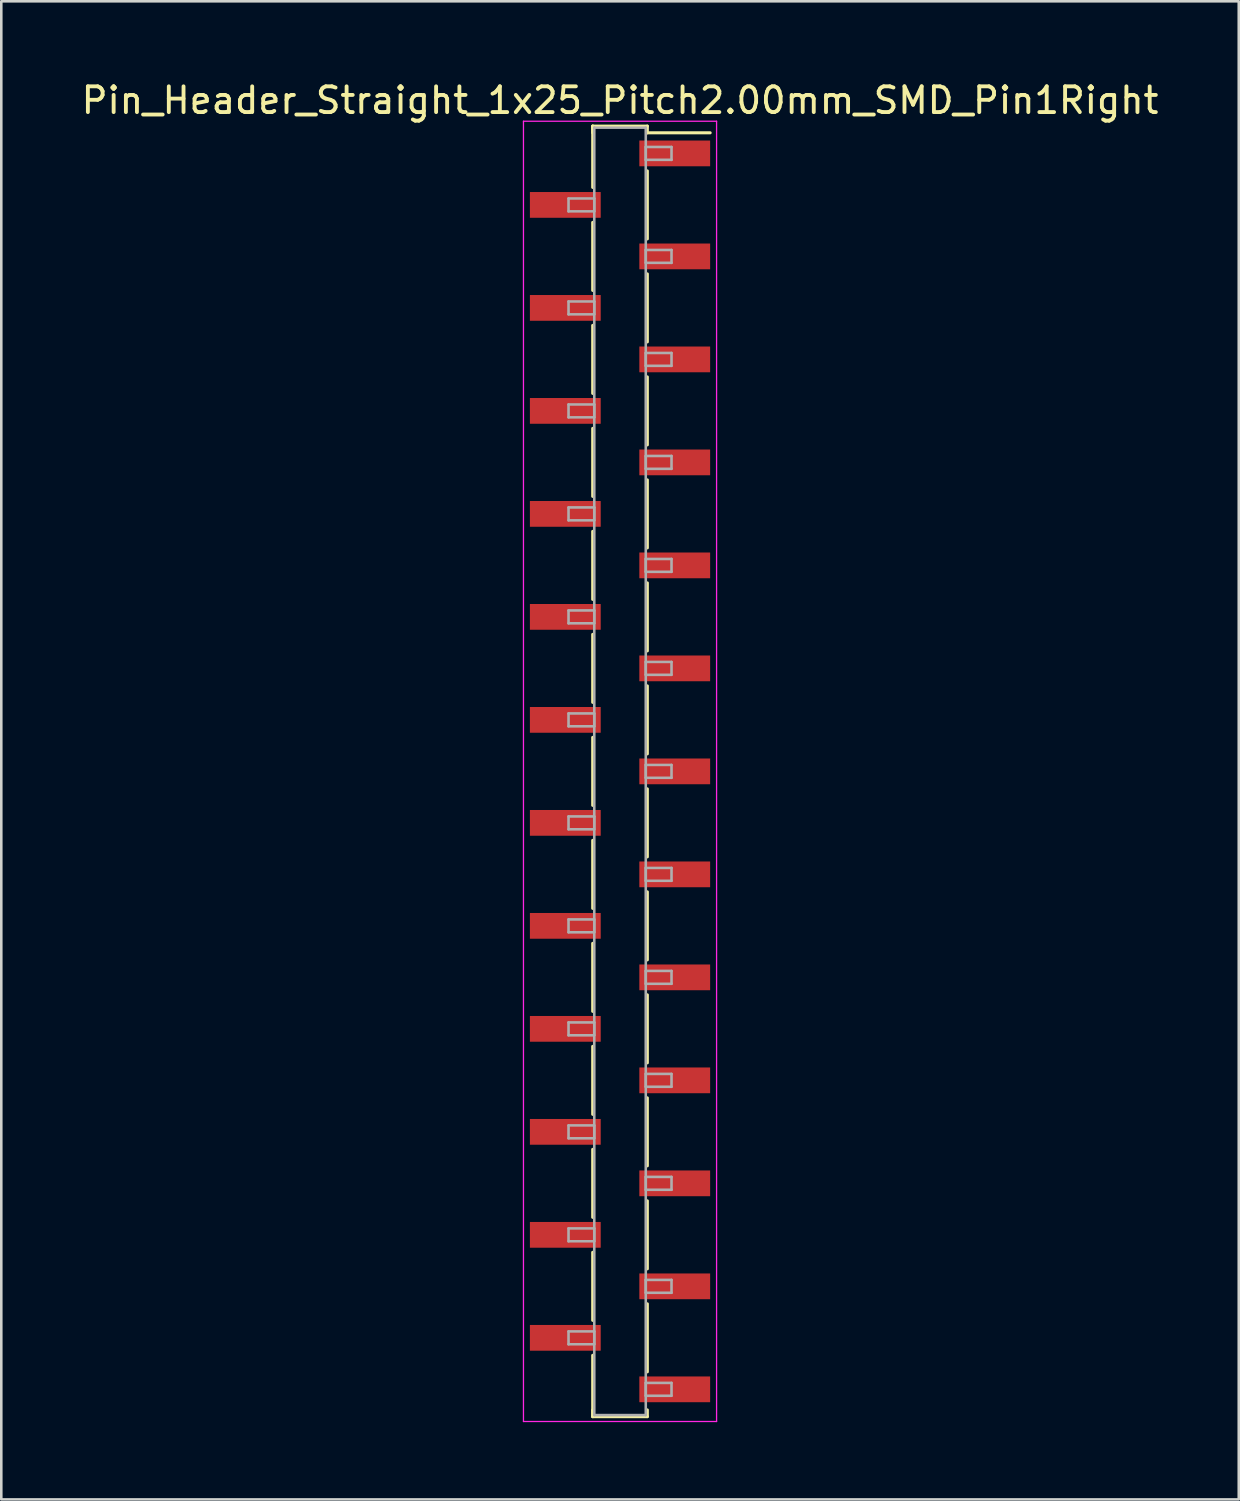
<source format=kicad_pcb>
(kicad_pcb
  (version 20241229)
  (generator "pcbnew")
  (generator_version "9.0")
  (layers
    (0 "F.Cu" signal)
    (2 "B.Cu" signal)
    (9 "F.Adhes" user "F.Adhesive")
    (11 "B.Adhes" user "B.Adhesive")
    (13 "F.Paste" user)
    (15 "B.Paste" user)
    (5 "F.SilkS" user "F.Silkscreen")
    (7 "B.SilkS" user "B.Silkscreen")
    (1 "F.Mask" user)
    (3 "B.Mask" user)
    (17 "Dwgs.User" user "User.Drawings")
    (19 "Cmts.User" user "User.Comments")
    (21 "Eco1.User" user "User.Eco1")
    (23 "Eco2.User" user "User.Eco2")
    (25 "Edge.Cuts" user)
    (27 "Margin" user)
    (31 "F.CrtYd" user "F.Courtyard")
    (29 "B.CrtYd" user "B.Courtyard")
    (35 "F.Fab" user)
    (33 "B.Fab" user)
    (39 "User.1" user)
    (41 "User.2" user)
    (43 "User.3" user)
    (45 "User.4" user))
  (footprint "Pin_Header_Straight_1x25_Pitch2.00mm_SMD_Pin1Right"
    (layer "F.Cu")
    (at 21.03 26.908)
    (property "Reference" "Pin_Header_Straight_1x25_Pitch2.00mm_SMD_Pin1Right" (at 0 -26.06 0) (layer "F.SilkS") (effects (font (size 1 1) (thickness 0.15))))
    (attr smd)
    (fp_line (start -1.06 -25.06) (end -1.06 -22.68) (stroke (width 0.12) (type solid)) (layer "F.SilkS"))
    (fp_line (start -1.06 -25.06) (end 1.06 -25.06) (stroke (width 0.12) (type solid)) (layer "F.SilkS"))
    (fp_line (start -1.06 -24.8) (end -1.06 -25.06) (stroke (width 0.12) (type solid)) (layer "F.SilkS"))
    (fp_line (start -1.06 -21.32) (end -1.06 -18.68) (stroke (width 0.12) (type solid)) (layer "F.SilkS"))
    (fp_line (start -1.06 -17.32) (end -1.06 -14.68) (stroke (width 0.12) (type solid)) (layer "F.SilkS"))
    (fp_line (start -1.06 -13.32) (end -1.06 -10.68) (stroke (width 0.12) (type solid)) (layer "F.SilkS"))
    (fp_line (start -1.06 -9.32) (end -1.06 -6.68) (stroke (width 0.12) (type solid)) (layer "F.SilkS"))
    (fp_line (start -1.06 -5.32) (end -1.06 -2.68) (stroke (width 0.12) (type solid)) (layer "F.SilkS"))
    (fp_line (start -1.06 -1.32) (end -1.06 1.32) (stroke (width 0.12) (type solid)) (layer "F.SilkS"))
    (fp_line (start -1.06 2.68) (end -1.06 5.32) (stroke (width 0.12) (type solid)) (layer "F.SilkS"))
    (fp_line (start -1.06 6.68) (end -1.06 9.32) (stroke (width 0.12) (type solid)) (layer "F.SilkS"))
    (fp_line (start -1.06 10.68) (end -1.06 13.32) (stroke (width 0.12) (type solid)) (layer "F.SilkS"))
    (fp_line (start -1.06 14.68) (end -1.06 17.32) (stroke (width 0.12) (type solid)) (layer "F.SilkS"))
    (fp_line (start -1.06 18.68) (end -1.06 21.32) (stroke (width 0.12) (type solid)) (layer "F.SilkS"))
    (fp_line (start -1.06 22.68) (end -1.06 25.06) (stroke (width 0.12) (type solid)) (layer "F.SilkS"))
    (fp_line (start -1.06 24.8) (end -1.06 25.06) (stroke (width 0.12) (type solid)) (layer "F.SilkS"))
    (fp_line (start -1.06 25.06) (end 1.06 25.06) (stroke (width 0.12) (type solid)) (layer "F.SilkS"))
    (fp_line (start 1.06 -25.06) (end 1.06 -24.8) (stroke (width 0.12) (type solid)) (layer "F.SilkS"))
    (fp_line (start 1.06 -24.8) (end 3.5 -24.8) (stroke (width 0.12) (type solid)) (layer "F.SilkS"))
    (fp_line (start 1.06 -23.32) (end 1.06 -20.68) (stroke (width 0.12) (type solid)) (layer "F.SilkS"))
    (fp_line (start 1.06 -19.32) (end 1.06 -16.68) (stroke (width 0.12) (type solid)) (layer "F.SilkS"))
    (fp_line (start 1.06 -15.32) (end 1.06 -12.68) (stroke (width 0.12) (type solid)) (layer "F.SilkS"))
    (fp_line (start 1.06 -11.32) (end 1.06 -8.68) (stroke (width 0.12) (type solid)) (layer "F.SilkS"))
    (fp_line (start 1.06 -7.32) (end 1.06 -4.68) (stroke (width 0.12) (type solid)) (layer "F.SilkS"))
    (fp_line (start 1.06 -3.32) (end 1.06 -0.68) (stroke (width 0.12) (type solid)) (layer "F.SilkS"))
    (fp_line (start 1.06 0.68) (end 1.06 3.32) (stroke (width 0.12) (type solid)) (layer "F.SilkS"))
    (fp_line (start 1.06 4.68) (end 1.06 7.32) (stroke (width 0.12) (type solid)) (layer "F.SilkS"))
    (fp_line (start 1.06 8.68) (end 1.06 11.32) (stroke (width 0.12) (type solid)) (layer "F.SilkS"))
    (fp_line (start 1.06 12.68) (end 1.06 15.32) (stroke (width 0.12) (type solid)) (layer "F.SilkS"))
    (fp_line (start 1.06 16.68) (end 1.06 19.32) (stroke (width 0.12) (type solid)) (layer "F.SilkS"))
    (fp_line (start 1.06 20.68) (end 1.06 23.32) (stroke (width 0.12) (type solid)) (layer "F.SilkS"))
    (fp_line (start 1.06 25.06) (end 1.06 24.8) (stroke (width 0.12) (type solid)) (layer "F.SilkS"))
    (fp_line (start -3.75 -25.25) (end -3.75 25.25) (stroke (width 0.05) (type solid)) (layer "F.CrtYd"))
    (fp_line (start -3.75 25.25) (end 3.75 25.25) (stroke (width 0.05) (type solid)) (layer "F.CrtYd"))
    (fp_line (start 3.75 -25.25) (end -3.75 -25.25) (stroke (width 0.05) (type solid)) (layer "F.CrtYd"))
    (fp_line (start 3.75 25.25) (end 3.75 -25.25) (stroke (width 0.05) (type solid)) (layer "F.CrtYd"))
    (fp_line (start -2 -22.25) (end -1 -22.25) (stroke (width 0.1) (type solid)) (layer "F.Fab"))
    (fp_line (start -2 -21.75) (end -2 -22.25) (stroke (width 0.1) (type solid)) (layer "F.Fab"))
    (fp_line (start -2 -18.25) (end -1 -18.25) (stroke (width 0.1) (type solid)) (layer "F.Fab"))
    (fp_line (start -2 -17.75) (end -2 -18.25) (stroke (width 0.1) (type solid)) (layer "F.Fab"))
    (fp_line (start -2 -14.25) (end -1 -14.25) (stroke (width 0.1) (type solid)) (layer "F.Fab"))
    (fp_line (start -2 -13.75) (end -2 -14.25) (stroke (width 0.1) (type solid)) (layer "F.Fab"))
    (fp_line (start -2 -10.25) (end -1 -10.25) (stroke (width 0.1) (type solid)) (layer "F.Fab"))
    (fp_line (start -2 -9.75) (end -2 -10.25) (stroke (width 0.1) (type solid)) (layer "F.Fab"))
    (fp_line (start -2 -6.25) (end -1 -6.25) (stroke (width 0.1) (type solid)) (layer "F.Fab"))
    (fp_line (start -2 -5.75) (end -2 -6.25) (stroke (width 0.1) (type solid)) (layer "F.Fab"))
    (fp_line (start -2 -2.25) (end -1 -2.25) (stroke (width 0.1) (type solid)) (layer "F.Fab"))
    (fp_line (start -2 -1.75) (end -2 -2.25) (stroke (width 0.1) (type solid)) (layer "F.Fab"))
    (fp_line (start -2 1.75) (end -1 1.75) (stroke (width 0.1) (type solid)) (layer "F.Fab"))
    (fp_line (start -2 2.25) (end -2 1.75) (stroke (width 0.1) (type solid)) (layer "F.Fab"))
    (fp_line (start -2 5.75) (end -1 5.75) (stroke (width 0.1) (type solid)) (layer "F.Fab"))
    (fp_line (start -2 6.25) (end -2 5.75) (stroke (width 0.1) (type solid)) (layer "F.Fab"))
    (fp_line (start -2 9.75) (end -1 9.75) (stroke (width 0.1) (type solid)) (layer "F.Fab"))
    (fp_line (start -2 10.25) (end -2 9.75) (stroke (width 0.1) (type solid)) (layer "F.Fab"))
    (fp_line (start -2 13.75) (end -1 13.75) (stroke (width 0.1) (type solid)) (layer "F.Fab"))
    (fp_line (start -2 14.25) (end -2 13.75) (stroke (width 0.1) (type solid)) (layer "F.Fab"))
    (fp_line (start -2 17.75) (end -1 17.75) (stroke (width 0.1) (type solid)) (layer "F.Fab"))
    (fp_line (start -2 18.25) (end -2 17.75) (stroke (width 0.1) (type solid)) (layer "F.Fab"))
    (fp_line (start -2 21.75) (end -1 21.75) (stroke (width 0.1) (type solid)) (layer "F.Fab"))
    (fp_line (start -2 22.25) (end -2 21.75) (stroke (width 0.1) (type solid)) (layer "F.Fab"))
    (fp_line (start -1 -25) (end -1 25) (stroke (width 0.1) (type solid)) (layer "F.Fab"))
    (fp_line (start -1 -22.25) (end -1 -21.75) (stroke (width 0.1) (type solid)) (layer "F.Fab"))
    (fp_line (start -1 -21.75) (end -2 -21.75) (stroke (width 0.1) (type solid)) (layer "F.Fab"))
    (fp_line (start -1 -18.25) (end -1 -17.75) (stroke (width 0.1) (type solid)) (layer "F.Fab"))
    (fp_line (start -1 -17.75) (end -2 -17.75) (stroke (width 0.1) (type solid)) (layer "F.Fab"))
    (fp_line (start -1 -14.25) (end -1 -13.75) (stroke (width 0.1) (type solid)) (layer "F.Fab"))
    (fp_line (start -1 -13.75) (end -2 -13.75) (stroke (width 0.1) (type solid)) (layer "F.Fab"))
    (fp_line (start -1 -10.25) (end -1 -9.75) (stroke (width 0.1) (type solid)) (layer "F.Fab"))
    (fp_line (start -1 -9.75) (end -2 -9.75) (stroke (width 0.1) (type solid)) (layer "F.Fab"))
    (fp_line (start -1 -6.25) (end -1 -5.75) (stroke (width 0.1) (type solid)) (layer "F.Fab"))
    (fp_line (start -1 -5.75) (end -2 -5.75) (stroke (width 0.1) (type solid)) (layer "F.Fab"))
    (fp_line (start -1 -2.25) (end -1 -1.75) (stroke (width 0.1) (type solid)) (layer "F.Fab"))
    (fp_line (start -1 -1.75) (end -2 -1.75) (stroke (width 0.1) (type solid)) (layer "F.Fab"))
    (fp_line (start -1 1.75) (end -1 2.25) (stroke (width 0.1) (type solid)) (layer "F.Fab"))
    (fp_line (start -1 2.25) (end -2 2.25) (stroke (width 0.1) (type solid)) (layer "F.Fab"))
    (fp_line (start -1 5.75) (end -1 6.25) (stroke (width 0.1) (type solid)) (layer "F.Fab"))
    (fp_line (start -1 6.25) (end -2 6.25) (stroke (width 0.1) (type solid)) (layer "F.Fab"))
    (fp_line (start -1 9.75) (end -1 10.25) (stroke (width 0.1) (type solid)) (layer "F.Fab"))
    (fp_line (start -1 10.25) (end -2 10.25) (stroke (width 0.1) (type solid)) (layer "F.Fab"))
    (fp_line (start -1 13.75) (end -1 14.25) (stroke (width 0.1) (type solid)) (layer "F.Fab"))
    (fp_line (start -1 14.25) (end -2 14.25) (stroke (width 0.1) (type solid)) (layer "F.Fab"))
    (fp_line (start -1 17.75) (end -1 18.25) (stroke (width 0.1) (type solid)) (layer "F.Fab"))
    (fp_line (start -1 18.25) (end -2 18.25) (stroke (width 0.1) (type solid)) (layer "F.Fab"))
    (fp_line (start -1 21.75) (end -1 22.25) (stroke (width 0.1) (type solid)) (layer "F.Fab"))
    (fp_line (start -1 22.25) (end -2 22.25) (stroke (width 0.1) (type solid)) (layer "F.Fab"))
    (fp_line (start -1 25) (end 1 25) (stroke (width 0.1) (type solid)) (layer "F.Fab"))
    (fp_line (start 1 -25) (end -1 -25) (stroke (width 0.1) (type solid)) (layer "F.Fab"))
    (fp_line (start 1 -24.25) (end 1 -23.75) (stroke (width 0.1) (type solid)) (layer "F.Fab"))
    (fp_line (start 1 -23.75) (end 2 -23.75) (stroke (width 0.1) (type solid)) (layer "F.Fab"))
    (fp_line (start 1 -20.25) (end 1 -19.75) (stroke (width 0.1) (type solid)) (layer "F.Fab"))
    (fp_line (start 1 -19.75) (end 2 -19.75) (stroke (width 0.1) (type solid)) (layer "F.Fab"))
    (fp_line (start 1 -16.25) (end 1 -15.75) (stroke (width 0.1) (type solid)) (layer "F.Fab"))
    (fp_line (start 1 -15.75) (end 2 -15.75) (stroke (width 0.1) (type solid)) (layer "F.Fab"))
    (fp_line (start 1 -12.25) (end 1 -11.75) (stroke (width 0.1) (type solid)) (layer "F.Fab"))
    (fp_line (start 1 -11.75) (end 2 -11.75) (stroke (width 0.1) (type solid)) (layer "F.Fab"))
    (fp_line (start 1 -8.25) (end 1 -7.75) (stroke (width 0.1) (type solid)) (layer "F.Fab"))
    (fp_line (start 1 -7.75) (end 2 -7.75) (stroke (width 0.1) (type solid)) (layer "F.Fab"))
    (fp_line (start 1 -4.25) (end 1 -3.75) (stroke (width 0.1) (type solid)) (layer "F.Fab"))
    (fp_line (start 1 -3.75) (end 2 -3.75) (stroke (width 0.1) (type solid)) (layer "F.Fab"))
    (fp_line (start 1 -0.25) (end 1 0.25) (stroke (width 0.1) (type solid)) (layer "F.Fab"))
    (fp_line (start 1 0.25) (end 2 0.25) (stroke (width 0.1) (type solid)) (layer "F.Fab"))
    (fp_line (start 1 3.75) (end 1 4.25) (stroke (width 0.1) (type solid)) (layer "F.Fab"))
    (fp_line (start 1 4.25) (end 2 4.25) (stroke (width 0.1) (type solid)) (layer "F.Fab"))
    (fp_line (start 1 7.75) (end 1 8.25) (stroke (width 0.1) (type solid)) (layer "F.Fab"))
    (fp_line (start 1 8.25) (end 2 8.25) (stroke (width 0.1) (type solid)) (layer "F.Fab"))
    (fp_line (start 1 11.75) (end 1 12.25) (stroke (width 0.1) (type solid)) (layer "F.Fab"))
    (fp_line (start 1 12.25) (end 2 12.25) (stroke (width 0.1) (type solid)) (layer "F.Fab"))
    (fp_line (start 1 15.75) (end 1 16.25) (stroke (width 0.1) (type solid)) (layer "F.Fab"))
    (fp_line (start 1 16.25) (end 2 16.25) (stroke (width 0.1) (type solid)) (layer "F.Fab"))
    (fp_line (start 1 19.75) (end 1 20.25) (stroke (width 0.1) (type solid)) (layer "F.Fab"))
    (fp_line (start 1 20.25) (end 2 20.25) (stroke (width 0.1) (type solid)) (layer "F.Fab"))
    (fp_line (start 1 23.75) (end 1 24.25) (stroke (width 0.1) (type solid)) (layer "F.Fab"))
    (fp_line (start 1 24.25) (end 2 24.25) (stroke (width 0.1) (type solid)) (layer "F.Fab"))
    (fp_line (start 1 25) (end 1 -25) (stroke (width 0.1) (type solid)) (layer "F.Fab"))
    (fp_line (start 2 -24.25) (end 1 -24.25) (stroke (width 0.1) (type solid)) (layer "F.Fab"))
    (fp_line (start 2 -23.75) (end 2 -24.25) (stroke (width 0.1) (type solid)) (layer "F.Fab"))
    (fp_line (start 2 -20.25) (end 1 -20.25) (stroke (width 0.1) (type solid)) (layer "F.Fab"))
    (fp_line (start 2 -19.75) (end 2 -20.25) (stroke (width 0.1) (type solid)) (layer "F.Fab"))
    (fp_line (start 2 -16.25) (end 1 -16.25) (stroke (width 0.1) (type solid)) (layer "F.Fab"))
    (fp_line (start 2 -15.75) (end 2 -16.25) (stroke (width 0.1) (type solid)) (layer "F.Fab"))
    (fp_line (start 2 -12.25) (end 1 -12.25) (stroke (width 0.1) (type solid)) (layer "F.Fab"))
    (fp_line (start 2 -11.75) (end 2 -12.25) (stroke (width 0.1) (type solid)) (layer "F.Fab"))
    (fp_line (start 2 -8.25) (end 1 -8.25) (stroke (width 0.1) (type solid)) (layer "F.Fab"))
    (fp_line (start 2 -7.75) (end 2 -8.25) (stroke (width 0.1) (type solid)) (layer "F.Fab"))
    (fp_line (start 2 -4.25) (end 1 -4.25) (stroke (width 0.1) (type solid)) (layer "F.Fab"))
    (fp_line (start 2 -3.75) (end 2 -4.25) (stroke (width 0.1) (type solid)) (layer "F.Fab"))
    (fp_line (start 2 -0.25) (end 1 -0.25) (stroke (width 0.1) (type solid)) (layer "F.Fab"))
    (fp_line (start 2 0.25) (end 2 -0.25) (stroke (width 0.1) (type solid)) (layer "F.Fab"))
    (fp_line (start 2 3.75) (end 1 3.75) (stroke (width 0.1) (type solid)) (layer "F.Fab"))
    (fp_line (start 2 4.25) (end 2 3.75) (stroke (width 0.1) (type solid)) (layer "F.Fab"))
    (fp_line (start 2 7.75) (end 1 7.75) (stroke (width 0.1) (type solid)) (layer "F.Fab"))
    (fp_line (start 2 8.25) (end 2 7.75) (stroke (width 0.1) (type solid)) (layer "F.Fab"))
    (fp_line (start 2 11.75) (end 1 11.75) (stroke (width 0.1) (type solid)) (layer "F.Fab"))
    (fp_line (start 2 12.25) (end 2 11.75) (stroke (width 0.1) (type solid)) (layer "F.Fab"))
    (fp_line (start 2 15.75) (end 1 15.75) (stroke (width 0.1) (type solid)) (layer "F.Fab"))
    (fp_line (start 2 16.25) (end 2 15.75) (stroke (width 0.1) (type solid)) (layer "F.Fab"))
    (fp_line (start 2 19.75) (end 1 19.75) (stroke (width 0.1) (type solid)) (layer "F.Fab"))
    (fp_line (start 2 20.25) (end 2 19.75) (stroke (width 0.1) (type solid)) (layer "F.Fab"))
    (fp_line (start 2 23.75) (end 1 23.75) (stroke (width 0.1) (type solid)) (layer "F.Fab"))
    (fp_line (start 2 24.25) (end 2 23.75) (stroke (width 0.1) (type solid)) (layer "F.Fab"))
    (pad "1" smd rect (at 2.125 -24) (size 2.75 1) (layers "F.Cu" "F.Mask"))
    (pad "2" smd rect (at -2.125 -22) (size 2.75 1) (layers "F.Cu" "F.Mask"))
    (pad "3" smd rect (at 2.125 -20) (size 2.75 1) (layers "F.Cu" "F.Mask"))
    (pad "4" smd rect (at -2.125 -18) (size 2.75 1) (layers "F.Cu" "F.Mask"))
    (pad "5" smd rect (at 2.125 -16) (size 2.75 1) (layers "F.Cu" "F.Mask"))
    (pad "6" smd rect (at -2.125 -14) (size 2.75 1) (layers "F.Cu" "F.Mask"))
    (pad "7" smd rect (at 2.125 -12) (size 2.75 1) (layers "F.Cu" "F.Mask"))
    (pad "8" smd rect (at -2.125 -10) (size 2.75 1) (layers "F.Cu" "F.Mask"))
    (pad "9" smd rect (at 2.125 -8) (size 2.75 1) (layers "F.Cu" "F.Mask"))
    (pad "10" smd rect (at -2.125 -6) (size 2.75 1) (layers "F.Cu" "F.Mask"))
    (pad "11" smd rect (at 2.125 -4) (size 2.75 1) (layers "F.Cu" "F.Mask"))
    (pad "12" smd rect (at -2.125 -2) (size 2.75 1) (layers "F.Cu" "F.Mask"))
    (pad "13" smd rect (at 2.125 0) (size 2.75 1) (layers "F.Cu" "F.Mask"))
    (pad "14" smd rect (at -2.125 2) (size 2.75 1) (layers "F.Cu" "F.Mask"))
    (pad "15" smd rect (at 2.125 4) (size 2.75 1) (layers "F.Cu" "F.Mask"))
    (pad "16" smd rect (at -2.125 6) (size 2.75 1) (layers "F.Cu" "F.Mask"))
    (pad "17" smd rect (at 2.125 8) (size 2.75 1) (layers "F.Cu" "F.Mask"))
    (pad "18" smd rect (at -2.125 10) (size 2.75 1) (layers "F.Cu" "F.Mask"))
    (pad "19" smd rect (at 2.125 12) (size 2.75 1) (layers "F.Cu" "F.Mask"))
    (pad "20" smd rect (at -2.125 14) (size 2.75 1) (layers "F.Cu" "F.Mask"))
    (pad "21" smd rect (at 2.125 16) (size 2.75 1) (layers "F.Cu" "F.Mask"))
    (pad "22" smd rect (at -2.125 18) (size 2.75 1) (layers "F.Cu" "F.Mask"))
    (pad "23" smd rect (at 2.125 20) (size 2.75 1) (layers "F.Cu" "F.Mask"))
    (pad "24" smd rect (at -2.125 22) (size 2.75 1) (layers "F.Cu" "F.Mask"))
    (pad "25" smd rect (at 2.125 24) (size 2.75 1) (layers "F.Cu" "F.Mask")))
  (gr_rect
    (start -3 -3)
    (end 45.06 55.183)
    (stroke (width 0.1) (type default))
    (fill no)
    (layer "Edge.Cuts")))
</source>
